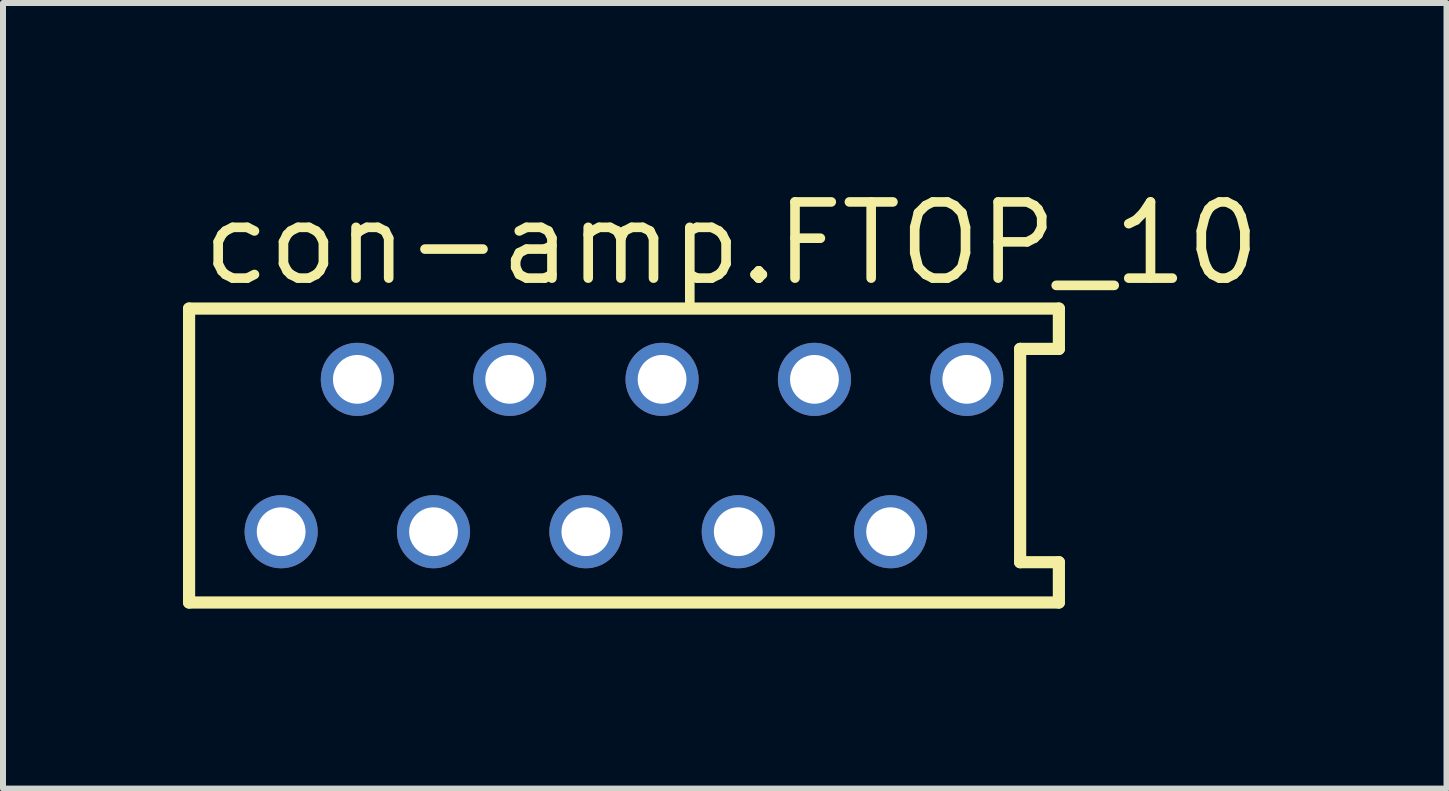
<source format=kicad_pcb>
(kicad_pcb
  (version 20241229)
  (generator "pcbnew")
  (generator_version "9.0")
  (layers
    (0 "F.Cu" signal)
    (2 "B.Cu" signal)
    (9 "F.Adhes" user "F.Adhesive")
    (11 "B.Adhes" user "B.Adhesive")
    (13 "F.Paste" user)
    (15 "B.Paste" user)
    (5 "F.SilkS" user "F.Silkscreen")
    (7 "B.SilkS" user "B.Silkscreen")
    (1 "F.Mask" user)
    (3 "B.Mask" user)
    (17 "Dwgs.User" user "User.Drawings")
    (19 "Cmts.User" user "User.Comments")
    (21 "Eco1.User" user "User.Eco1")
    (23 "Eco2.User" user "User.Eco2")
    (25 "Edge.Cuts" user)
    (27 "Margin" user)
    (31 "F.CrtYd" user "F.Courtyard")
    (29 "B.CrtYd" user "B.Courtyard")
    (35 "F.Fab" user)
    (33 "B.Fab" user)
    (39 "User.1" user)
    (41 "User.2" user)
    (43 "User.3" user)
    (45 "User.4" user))
  (footprint "con-amp.FTOP_10"
    (layer "F.Cu")
    (at 7.352 4.544)
    (property "Reference" "con-amp.FTOP_10" (at -7.112 -2.794 0) (layer "F.SilkS") (effects (font (size 1.27 1.27) (thickness 0.16)) (justify left bottom)))
    (attr through_hole)
    (fp_line (start -7.25 -2.45) (end -7.25 2.45) (stroke (width 0.203) (type default)) (layer "F.SilkS"))
    (fp_line (start -7.25 2.45) (end 7.25 2.45) (stroke (width 0.203) (type default)) (layer "F.SilkS"))
    (fp_line (start 6.604 -1.778) (end 7.25 -1.778) (stroke (width 0.203) (type default)) (layer "F.SilkS"))
    (fp_line (start 6.604 1.778) (end 6.604 -1.778) (stroke (width 0.203) (type default)) (layer "F.SilkS"))
    (fp_line (start 7.25 -2.45) (end -7.25 -2.45) (stroke (width 0.203) (type default)) (layer "F.SilkS"))
    (fp_line (start 7.25 -1.778) (end 7.25 -2.45) (stroke (width 0.203) (type default)) (layer "F.SilkS"))
    (fp_line (start 7.25 1.778) (end 6.604 1.778) (stroke (width 0.203) (type default)) (layer "F.SilkS"))
    (fp_line (start 7.25 2.45) (end 7.25 1.778) (stroke (width 0.203) (type default)) (layer "F.SilkS"))
    (pad "1" thru_hole circle (at -5.715 1.27) (size 1.219 1.219) (drill 0.813) (layers "*.Cu" "*.Mask"))
    (pad "2" thru_hole circle (at -4.445 -1.27) (size 1.219 1.219) (drill 0.813) (layers "*.Cu" "*.Mask"))
    (pad "3" thru_hole circle (at -3.175 1.27) (size 1.219 1.219) (drill 0.813) (layers "*.Cu" "*.Mask"))
    (pad "4" thru_hole circle (at -1.905 -1.27) (size 1.219 1.219) (drill 0.813) (layers "*.Cu" "*.Mask"))
    (pad "5" thru_hole circle (at -0.635 1.27) (size 1.219 1.219) (drill 0.813) (layers "*.Cu" "*.Mask"))
    (pad "6" thru_hole circle (at 0.635 -1.27) (size 1.219 1.219) (drill 0.813) (layers "*.Cu" "*.Mask"))
    (pad "7" thru_hole circle (at 1.905 1.27) (size 1.219 1.219) (drill 0.813) (layers "*.Cu" "*.Mask"))
    (pad "8" thru_hole circle (at 3.175 -1.27) (size 1.219 1.219) (drill 0.813) (layers "*.Cu" "*.Mask"))
    (pad "9" thru_hole circle (at 4.445 1.27) (size 1.219 1.219) (drill 0.813) (layers "*.Cu" "*.Mask"))
    (pad "10" thru_hole circle (at 5.715 -1.27) (size 1.219 1.219) (drill 0.813) (layers "*.Cu" "*.Mask")))
  (gr_rect
    (start -3 -3)
    (end 21.064 10.096)
    (stroke (width 0.1) (type default))
    (fill no)
    (layer "Edge.Cuts")))
</source>
